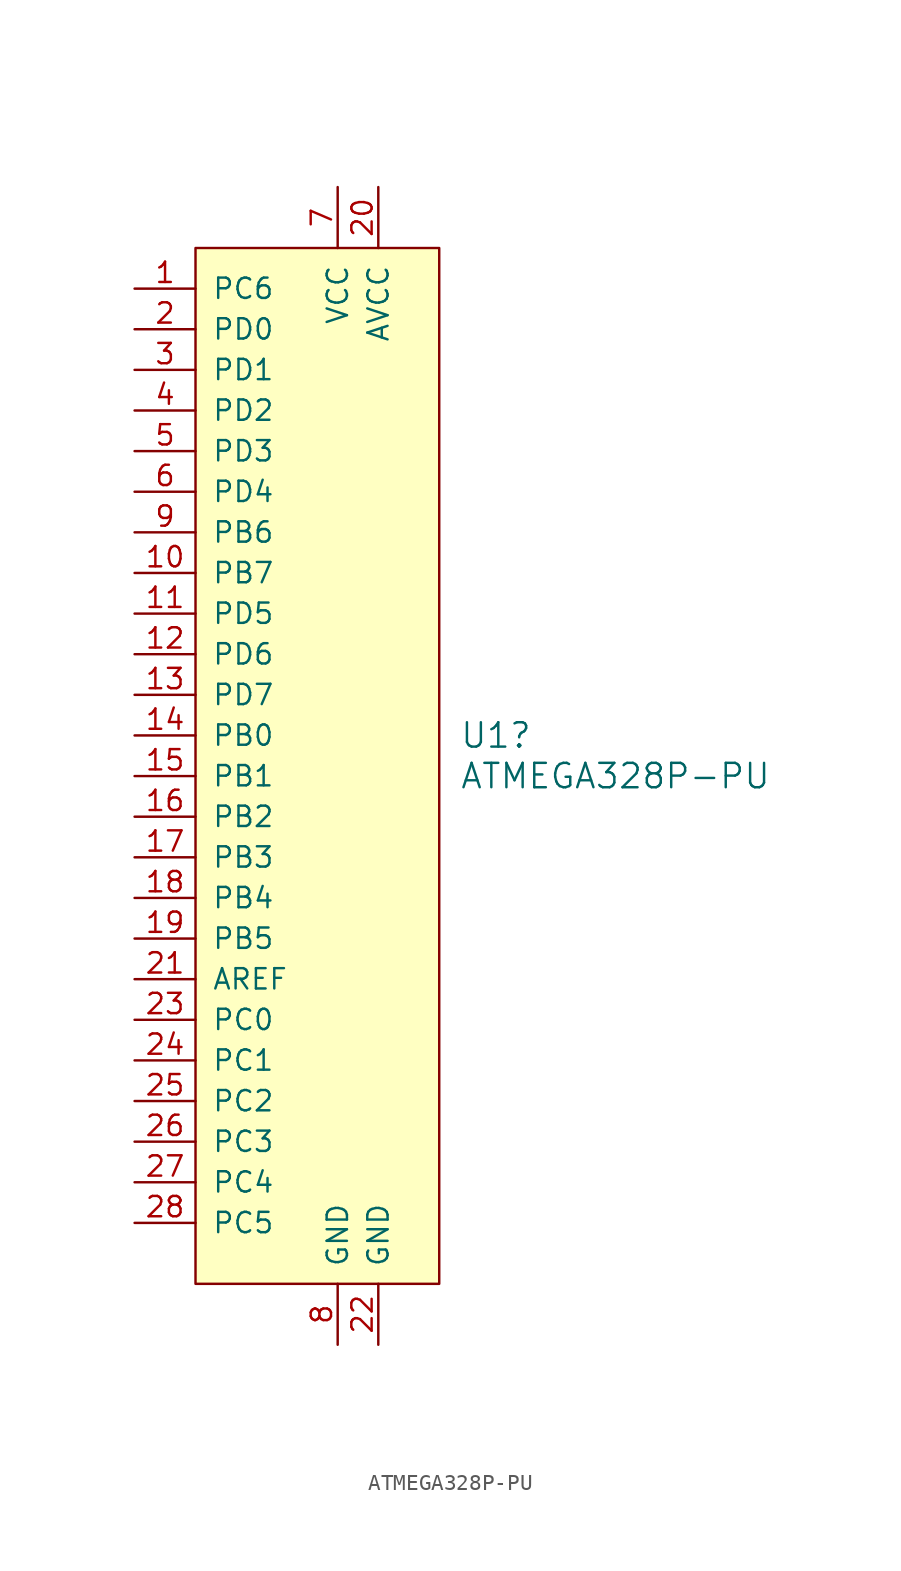
<source format=kicad_sym>
(kicad_symbol_lib
  (version 20241209)
  (generator "kicad_symbol_editor")
  (generator_version "9.0")
  (symbol "ATMEGA328P-PU"
    (pin_names
      (offset 1.016))
    (property "Reference" "U1"
      (at 7.62 0.0001 0)
      (effects (font (size 1.524 1.524)) (justify left)))
    (property "Value" "ATMEGA328P-PU"
      (at 7.62 -2.54 0)
      (effects (font (size 1.524 1.524)) (justify left)))
    (symbol "ATMEGA328P-PU_0_1"
      (rectangle (start -8.89 30.48) (end 6.35 -34.29) (stroke (width 0) (type solid)) (fill (type background))))
    (symbol "ATMEGA328P-PU_1_1"
      (pin bidirectional line (at -12.7 27.94 0) (length 3.81) (name "PC6" (effects (font (size 1.27 1.27)))) (number "1" (effects (font (size 1.27 1.27)))))
      (pin bidirectional line (at -12.7 25.4 0) (length 3.81) (name "PD0" (effects (font (size 1.27 1.27)))) (number "2" (effects (font (size 1.27 1.27)))))
      (pin bidirectional line (at -12.7 22.86 0) (length 3.81) (name "PD1" (effects (font (size 1.27 1.27)))) (number "3" (effects (font (size 1.27 1.27)))))
      (pin bidirectional line (at -12.7 20.32 0) (length 3.81) (name "PD2" (effects (font (size 1.27 1.27)))) (number "4" (effects (font (size 1.27 1.27)))))
      (pin bidirectional line (at -12.7 17.78 0) (length 3.81) (name "PD3" (effects (font (size 1.27 1.27)))) (number "5" (effects (font (size 1.27 1.27)))))
      (pin bidirectional line (at -12.7 15.24 0) (length 3.81) (name "PD4" (effects (font (size 1.27 1.27)))) (number "6" (effects (font (size 1.27 1.27)))))
      (pin bidirectional line (at -12.7 12.7 0) (length 3.81) (name "PB6" (effects (font (size 1.27 1.27)))) (number "9" (effects (font (size 1.27 1.27)))))
      (pin bidirectional line (at -12.7 10.16 0) (length 3.81) (name "PB7" (effects (font (size 1.27 1.27)))) (number "10" (effects (font (size 1.27 1.27)))))
      (pin bidirectional line (at -12.7 7.62 0) (length 3.81) (name "PD5" (effects (font (size 1.27 1.27)))) (number "11" (effects (font (size 1.27 1.27)))))
      (pin bidirectional line (at -12.7 5.08 0) (length 3.81) (name "PD6" (effects (font (size 1.27 1.27)))) (number "12" (effects (font (size 1.27 1.27)))))
      (pin bidirectional line (at -12.7 2.54 0) (length 3.81) (name "PD7" (effects (font (size 1.27 1.27)))) (number "13" (effects (font (size 1.27 1.27)))))
      (pin bidirectional line (at -12.7 0 0) (length 3.81) (name "PB0" (effects (font (size 1.27 1.27)))) (number "14" (effects (font (size 1.27 1.27)))))
      (pin bidirectional line (at -12.7 -2.54 0) (length 3.81) (name "PB1" (effects (font (size 1.27 1.27)))) (number "15" (effects (font (size 1.27 1.27)))))
      (pin bidirectional line (at -12.7 -5.08 0) (length 3.81) (name "PB2" (effects (font (size 1.27 1.27)))) (number "16" (effects (font (size 1.27 1.27)))))
      (pin bidirectional line (at -12.7 -7.62 0) (length 3.81) (name "PB3" (effects (font (size 1.27 1.27)))) (number "17" (effects (font (size 1.27 1.27)))))
      (pin bidirectional line (at -12.7 -10.16 0) (length 3.81) (name "PB4" (effects (font (size 1.27 1.27)))) (number "18" (effects (font (size 1.27 1.27)))))
      (pin bidirectional line (at -12.7 -12.7 0) (length 3.81) (name "PB5" (effects (font (size 1.27 1.27)))) (number "19" (effects (font (size 1.27 1.27)))))
      (pin input line (at -12.7 -15.24 0) (length 3.81) (name "AREF" (effects (font (size 1.27 1.27)))) (number "21" (effects (font (size 1.27 1.27)))))
      (pin bidirectional line (at -12.7 -17.78 0) (length 3.81) (name "PC0" (effects (font (size 1.27 1.27)))) (number "23" (effects (font (size 1.27 1.27)))))
      (pin bidirectional line (at -12.7 -20.32 0) (length 3.81) (name "PC1" (effects (font (size 1.27 1.27)))) (number "24" (effects (font (size 1.27 1.27)))))
      (pin bidirectional line (at -12.7 -22.86 0) (length 3.81) (name "PC2" (effects (font (size 1.27 1.27)))) (number "25" (effects (font (size 1.27 1.27)))))
      (pin bidirectional line (at -12.7 -25.4 0) (length 3.81) (name "PC3" (effects (font (size 1.27 1.27)))) (number "26" (effects (font (size 1.27 1.27)))))
      (pin bidirectional line (at -12.7 -27.94 0) (length 3.81) (name "PC4" (effects (font (size 1.27 1.27)))) (number "27" (effects (font (size 1.27 1.27)))))
      (pin bidirectional line (at -12.7 -30.48 0) (length 3.81) (name "PC5" (effects (font (size 1.27 1.27)))) (number "28" (effects (font (size 1.27 1.27)))))
      (pin power_in line (at 0 34.29 270) (length 3.81) (name "VCC" (effects (font (size 1.27 1.27)))) (number "7" (effects (font (size 1.27 1.27)))))
      (pin power_in line (at 0 -38.1 90) (length 3.81) (name "GND" (effects (font (size 1.27 1.27)))) (number "8" (effects (font (size 1.27 1.27)))))
      (pin power_in line (at 2.54 34.29 270) (length 3.81) (name "AVCC" (effects (font (size 1.27 1.27)))) (number "20" (effects (font (size 1.27 1.27)))))
      (pin power_in line (at 2.54 -38.1 90) (length 3.81) (name "GND" (effects (font (size 1.27 1.27)))) (number "22" (effects (font (size 1.27 1.27))))))))
</source>
